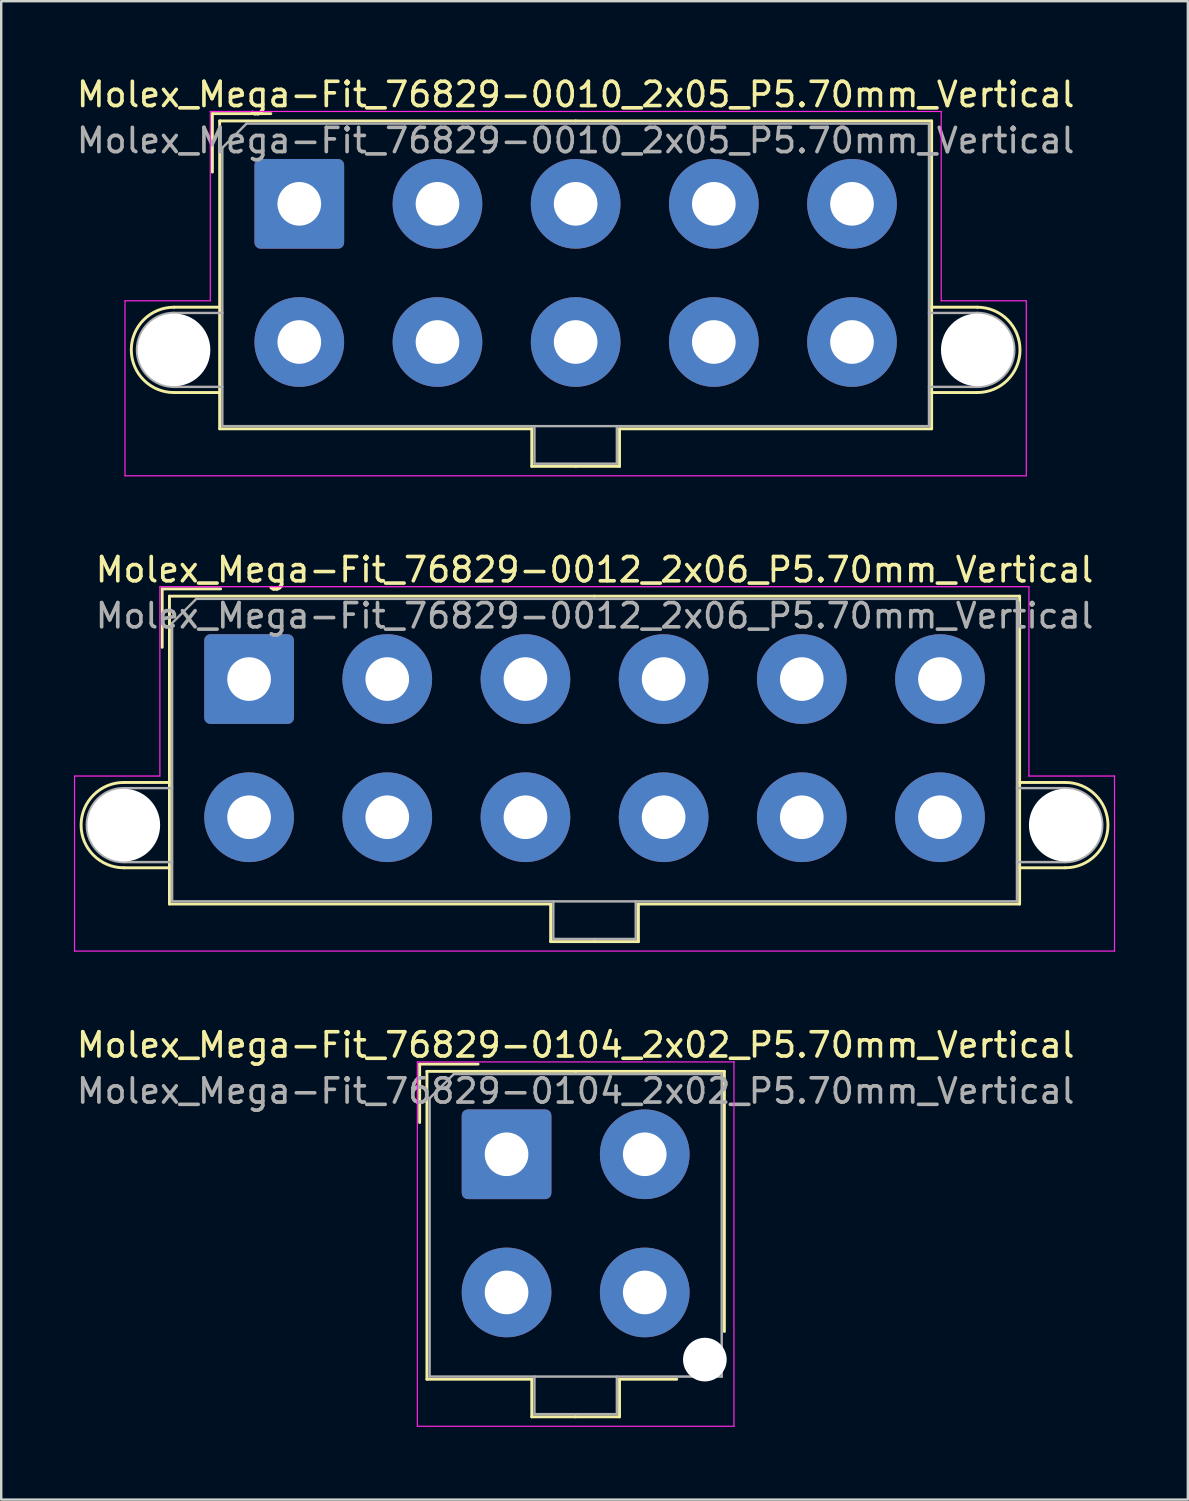
<source format=kicad_pcb>
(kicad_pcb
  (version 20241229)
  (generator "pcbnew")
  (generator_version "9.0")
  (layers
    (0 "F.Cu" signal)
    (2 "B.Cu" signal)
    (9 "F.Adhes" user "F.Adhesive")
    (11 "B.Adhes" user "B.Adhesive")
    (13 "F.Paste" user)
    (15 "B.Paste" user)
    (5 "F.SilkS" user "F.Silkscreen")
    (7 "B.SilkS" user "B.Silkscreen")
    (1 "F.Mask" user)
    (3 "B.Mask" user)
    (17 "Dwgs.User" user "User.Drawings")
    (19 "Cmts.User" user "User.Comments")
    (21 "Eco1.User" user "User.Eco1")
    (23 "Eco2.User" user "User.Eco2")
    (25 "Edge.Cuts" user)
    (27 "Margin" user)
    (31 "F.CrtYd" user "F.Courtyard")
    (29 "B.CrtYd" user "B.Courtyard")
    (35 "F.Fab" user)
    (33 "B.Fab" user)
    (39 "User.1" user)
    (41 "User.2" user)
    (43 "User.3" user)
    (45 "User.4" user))
  (footprint "Molex_Mega-Fit_76829-0010_2x05_P5.70mm_Vertical"
    (layer "F.Cu")
    (at 9.296 5.358)
    (property "Reference" "Molex_Mega-Fit_76829-0010_2x05_P5.70mm_Vertical" (at 11.4 -4.51 0) (layer "F.SilkS") (effects (font (size 1 1) (thickness 0.15))))
    (attr through_hole)
    (fp_line (start -5.17 4.265) (end -3.285 4.265) (stroke (width 0.12) (type solid)) (layer "F.SilkS"))
    (fp_line (start -5.17 7.785) (end -3.285 7.785) (stroke (width 0.12) (type solid)) (layer "F.SilkS"))
    (fp_line (start -3.585 -3.72) (end -1.175 -3.72) (stroke (width 0.12) (type solid)) (layer "F.SilkS"))
    (fp_line (start -3.585 -1.31) (end -3.585 -3.72) (stroke (width 0.12) (type solid)) (layer "F.SilkS"))
    (fp_line (start -3.285 -3.42) (end -3.285 9.28) (stroke (width 0.12) (type solid)) (layer "F.SilkS"))
    (fp_line (start -3.285 9.28) (end 9.59 9.28) (stroke (width 0.12) (type solid)) (layer "F.SilkS"))
    (fp_line (start 9.59 9.28) (end 9.59 10.83) (stroke (width 0.12) (type solid)) (layer "F.SilkS"))
    (fp_line (start 9.59 10.83) (end 11.4 10.83) (stroke (width 0.12) (type solid)) (layer "F.SilkS"))
    (fp_line (start 11.4 -3.42) (end -3.285 -3.42) (stroke (width 0.12) (type solid)) (layer "F.SilkS"))
    (fp_line (start 11.4 -3.42) (end 26.085 -3.42) (stroke (width 0.12) (type solid)) (layer "F.SilkS"))
    (fp_line (start 13.21 9.28) (end 13.21 10.83) (stroke (width 0.12) (type solid)) (layer "F.SilkS"))
    (fp_line (start 13.21 10.83) (end 11.4 10.83) (stroke (width 0.12) (type solid)) (layer "F.SilkS"))
    (fp_line (start 26.085 -3.42) (end 26.085 9.28) (stroke (width 0.12) (type solid)) (layer "F.SilkS"))
    (fp_line (start 26.085 9.28) (end 13.21 9.28) (stroke (width 0.12) (type solid)) (layer "F.SilkS"))
    (fp_line (start 27.97 4.265) (end 26.085 4.265) (stroke (width 0.12) (type solid)) (layer "F.SilkS"))
    (fp_line (start 27.97 7.785) (end 26.085 7.785) (stroke (width 0.12) (type solid)) (layer "F.SilkS"))
    (fp_arc (start -5.17 7.785) (mid -6.93 6.025) (end -5.17 4.265) (stroke (width 0.12) (type solid)) (layer "F.SilkS"))
    (fp_arc (start 27.97 4.265) (mid 29.73 6.025) (end 27.97 7.785) (stroke (width 0.12) (type solid)) (layer "F.SilkS"))
    (fp_line (start -7.19 4) (end -7.19 11.22) (stroke (width 0.05) (type solid)) (layer "F.CrtYd"))
    (fp_line (start -7.19 11.22) (end 29.99 11.22) (stroke (width 0.05) (type solid)) (layer "F.CrtYd"))
    (fp_line (start -3.67 -3.81) (end -3.67 4) (stroke (width 0.05) (type solid)) (layer "F.CrtYd"))
    (fp_line (start -3.67 4) (end -7.19 4) (stroke (width 0.05) (type solid)) (layer "F.CrtYd"))
    (fp_line (start 26.48 -3.81) (end -3.67 -3.81) (stroke (width 0.05) (type solid)) (layer "F.CrtYd"))
    (fp_line (start 26.48 4) (end 26.48 -3.81) (stroke (width 0.05) (type solid)) (layer "F.CrtYd"))
    (fp_line (start 29.99 4) (end 26.48 4) (stroke (width 0.05) (type solid)) (layer "F.CrtYd"))
    (fp_line (start 29.99 11.22) (end 29.99 4) (stroke (width 0.05) (type solid)) (layer "F.CrtYd"))
    (fp_line (start -5.17 4.5) (end -3.175 4.5) (stroke (width 0.1) (type solid)) (layer "F.Fab"))
    (fp_line (start -5.17 7.55) (end -3.175 7.55) (stroke (width 0.1) (type solid)) (layer "F.Fab"))
    (fp_line (start -3.175 -2.31) (end -3.175 9.17) (stroke (width 0.1) (type solid)) (layer "F.Fab"))
    (fp_line (start -3.175 9.17) (end 25.975 9.17) (stroke (width 0.1) (type solid)) (layer "F.Fab"))
    (fp_line (start -2.175 -3.31) (end -3.175 -2.31) (stroke (width 0.1) (type solid)) (layer "F.Fab"))
    (fp_line (start 9.7 9.17) (end 9.7 10.72) (stroke (width 0.1) (type solid)) (layer "F.Fab"))
    (fp_line (start 9.7 10.72) (end 13.1 10.72) (stroke (width 0.1) (type solid)) (layer "F.Fab"))
    (fp_line (start 13.1 10.72) (end 13.1 9.17) (stroke (width 0.1) (type solid)) (layer "F.Fab"))
    (fp_line (start 25.975 -3.31) (end -2.175 -3.31) (stroke (width 0.1) (type solid)) (layer "F.Fab"))
    (fp_line (start 25.975 9.17) (end 25.975 -3.31) (stroke (width 0.1) (type solid)) (layer "F.Fab"))
    (fp_line (start 27.97 4.5) (end 25.975 4.5) (stroke (width 0.1) (type solid)) (layer "F.Fab"))
    (fp_line (start 27.97 7.55) (end 25.975 7.55) (stroke (width 0.1) (type solid)) (layer "F.Fab"))
    (fp_arc (start -5.17 7.55) (mid -6.695 6.025) (end -5.17 4.5) (stroke (width 0.1) (type solid)) (layer "F.Fab"))
    (fp_arc (start 27.97 4.5) (mid 29.495 6.025) (end 27.97 7.55) (stroke (width 0.1) (type solid)) (layer "F.Fab"))
    (fp_text user "${REFERENCE}" (at 11.4 -2.61 0) (layer "F.Fab") (effects (font (size 1 1) (thickness 0.15))))
    (pad "" np_thru_hole circle (at -5.17 6.025) (size 3 3) (drill 3) (layers "*.Cu" "*.Mask"))
    (pad "" np_thru_hole circle (at 27.97 6.025) (size 3 3) (drill 3) (layers "*.Cu" "*.Mask"))
    (pad "1" thru_hole roundrect (at 0 0) (size 3.7 3.7) (drill 1.8) (layers "*.Cu" "*.Mask") (roundrect_rratio 0.068))
    (pad "2" thru_hole circle (at 5.7 0) (size 3.7 3.7) (drill 1.8) (layers "*.Cu" "*.Mask"))
    (pad "3" thru_hole circle (at 11.4 0) (size 3.7 3.7) (drill 1.8) (layers "*.Cu" "*.Mask"))
    (pad "4" thru_hole circle (at 17.1 0) (size 3.7 3.7) (drill 1.8) (layers "*.Cu" "*.Mask"))
    (pad "5" thru_hole circle (at 22.8 0) (size 3.7 3.7) (drill 1.8) (layers "*.Cu" "*.Mask"))
    (pad "6" thru_hole circle (at 0 5.7) (size 3.7 3.7) (drill 1.8) (layers "*.Cu" "*.Mask"))
    (pad "7" thru_hole circle (at 5.7 5.7) (size 3.7 3.7) (drill 1.8) (layers "*.Cu" "*.Mask"))
    (pad "8" thru_hole circle (at 11.4 5.7) (size 3.7 3.7) (drill 1.8) (layers "*.Cu" "*.Mask"))
    (pad "9" thru_hole circle (at 17.1 5.7) (size 3.7 3.7) (drill 1.8) (layers "*.Cu" "*.Mask"))
    (pad "10" thru_hole circle (at 22.8 5.7) (size 3.7 3.7) (drill 1.8) (layers "*.Cu" "*.Mask")))
  (footprint "Molex_Mega-Fit_76829-0104_2x02_P5.70mm_Vertical"
    (layer "F.Cu")
    (at 17.846 44.565)
    (property "Reference" "Molex_Mega-Fit_76829-0104_2x02_P5.70mm_Vertical" (at 2.85 -4.51 0) (layer "F.SilkS") (effects (font (size 1 1) (thickness 0.15))))
    (attr through_hole)
    (fp_line (start -3.585 -3.72) (end -1.175 -3.72) (stroke (width 0.12) (type solid)) (layer "F.SilkS"))
    (fp_line (start -3.585 -1.31) (end -3.585 -3.72) (stroke (width 0.12) (type solid)) (layer "F.SilkS"))
    (fp_line (start -3.285 -3.42) (end -3.285 9.28) (stroke (width 0.12) (type solid)) (layer "F.SilkS"))
    (fp_line (start -3.285 9.28) (end 1.04 9.28) (stroke (width 0.12) (type solid)) (layer "F.SilkS"))
    (fp_line (start 1.04 9.28) (end 1.04 10.83) (stroke (width 0.12) (type solid)) (layer "F.SilkS"))
    (fp_line (start 1.04 10.83) (end 2.85 10.83) (stroke (width 0.12) (type solid)) (layer "F.SilkS"))
    (fp_line (start 2.85 -3.42) (end -3.285 -3.42) (stroke (width 0.12) (type solid)) (layer "F.SilkS"))
    (fp_line (start 2.85 -3.42) (end 8.985 -3.42) (stroke (width 0.12) (type solid)) (layer "F.SilkS"))
    (fp_line (start 4.66 9.28) (end 4.66 10.83) (stroke (width 0.12) (type solid)) (layer "F.SilkS"))
    (fp_line (start 4.66 10.83) (end 2.85 10.83) (stroke (width 0.12) (type solid)) (layer "F.SilkS"))
    (fp_line (start 7.02 9.28) (end 4.66 9.28) (stroke (width 0.12) (type solid)) (layer "F.SilkS"))
    (fp_line (start 8.985 -3.42) (end 8.985 7.31) (stroke (width 0.12) (type solid)) (layer "F.SilkS"))
    (fp_line (start -3.68 -3.81) (end -3.68 11.22) (stroke (width 0.05) (type solid)) (layer "F.CrtYd"))
    (fp_line (start -3.68 11.22) (end 9.38 11.22) (stroke (width 0.05) (type solid)) (layer "F.CrtYd"))
    (fp_line (start 9.38 -3.81) (end -3.68 -3.81) (stroke (width 0.05) (type solid)) (layer "F.CrtYd"))
    (fp_line (start 9.38 11.22) (end 9.38 -3.81) (stroke (width 0.05) (type solid)) (layer "F.CrtYd"))
    (fp_line (start -3.175 -2.31) (end -3.175 9.17) (stroke (width 0.1) (type solid)) (layer "F.Fab"))
    (fp_line (start -3.175 9.17) (end 8.875 9.17) (stroke (width 0.1) (type solid)) (layer "F.Fab"))
    (fp_line (start -2.175 -3.31) (end -3.175 -2.31) (stroke (width 0.1) (type solid)) (layer "F.Fab"))
    (fp_line (start 1.15 9.17) (end 1.15 10.72) (stroke (width 0.1) (type solid)) (layer "F.Fab"))
    (fp_line (start 1.15 10.72) (end 4.55 10.72) (stroke (width 0.1) (type solid)) (layer "F.Fab"))
    (fp_line (start 4.55 10.72) (end 4.55 9.17) (stroke (width 0.1) (type solid)) (layer "F.Fab"))
    (fp_line (start 8.875 -3.31) (end -2.175 -3.31) (stroke (width 0.1) (type solid)) (layer "F.Fab"))
    (fp_line (start 8.875 9.17) (end 8.875 -3.31) (stroke (width 0.1) (type solid)) (layer "F.Fab"))
    (fp_text user "${REFERENCE}" (at 2.85 -2.61 0) (layer "F.Fab") (effects (font (size 1 1) (thickness 0.15))))
    (pad "" np_thru_hole circle (at 8.18 8.47) (size 1.8 1.8) (drill 1.8) (layers "*.Cu" "*.Mask"))
    (pad "1" thru_hole roundrect (at 0 0) (size 3.7 3.7) (drill 1.8) (layers "*.Cu" "*.Mask") (roundrect_rratio 0.068))
    (pad "2" thru_hole circle (at 5.7 0) (size 3.7 3.7) (drill 1.8) (layers "*.Cu" "*.Mask"))
    (pad "3" thru_hole circle (at 0 5.7) (size 3.7 3.7) (drill 1.8) (layers "*.Cu" "*.Mask"))
    (pad "4" thru_hole circle (at 5.7 5.7) (size 3.7 3.7) (drill 1.8) (layers "*.Cu" "*.Mask")))
  (footprint "Molex_Mega-Fit_76829-0012_2x06_P5.70mm_Vertical"
    (layer "F.Cu")
    (at 7.225 24.962)
    (property "Reference" "Molex_Mega-Fit_76829-0012_2x06_P5.70mm_Vertical" (at 14.25 -4.51 0) (layer "F.SilkS") (effects (font (size 1 1) (thickness 0.15))))
    (attr through_hole)
    (fp_line (start -5.17 4.265) (end -3.285 4.265) (stroke (width 0.12) (type solid)) (layer "F.SilkS"))
    (fp_line (start -5.17 7.785) (end -3.285 7.785) (stroke (width 0.12) (type solid)) (layer "F.SilkS"))
    (fp_line (start -3.585 -3.72) (end -1.175 -3.72) (stroke (width 0.12) (type solid)) (layer "F.SilkS"))
    (fp_line (start -3.585 -1.31) (end -3.585 -3.72) (stroke (width 0.12) (type solid)) (layer "F.SilkS"))
    (fp_line (start -3.285 -3.42) (end -3.285 9.28) (stroke (width 0.12) (type solid)) (layer "F.SilkS"))
    (fp_line (start -3.285 9.28) (end 12.44 9.28) (stroke (width 0.12) (type solid)) (layer "F.SilkS"))
    (fp_line (start 12.44 9.28) (end 12.44 10.83) (stroke (width 0.12) (type solid)) (layer "F.SilkS"))
    (fp_line (start 12.44 10.83) (end 14.25 10.83) (stroke (width 0.12) (type solid)) (layer "F.SilkS"))
    (fp_line (start 14.25 -3.42) (end -3.285 -3.42) (stroke (width 0.12) (type solid)) (layer "F.SilkS"))
    (fp_line (start 14.25 -3.42) (end 31.785 -3.42) (stroke (width 0.12) (type solid)) (layer "F.SilkS"))
    (fp_line (start 16.06 9.28) (end 16.06 10.83) (stroke (width 0.12) (type solid)) (layer "F.SilkS"))
    (fp_line (start 16.06 10.83) (end 14.25 10.83) (stroke (width 0.12) (type solid)) (layer "F.SilkS"))
    (fp_line (start 31.785 -3.42) (end 31.785 9.28) (stroke (width 0.12) (type solid)) (layer "F.SilkS"))
    (fp_line (start 31.785 9.28) (end 16.06 9.28) (stroke (width 0.12) (type solid)) (layer "F.SilkS"))
    (fp_line (start 33.67 4.265) (end 31.785 4.265) (stroke (width 0.12) (type solid)) (layer "F.SilkS"))
    (fp_line (start 33.67 7.785) (end 31.785 7.785) (stroke (width 0.12) (type solid)) (layer "F.SilkS"))
    (fp_arc (start -5.17 7.785) (mid -6.93 6.025) (end -5.17 4.265) (stroke (width 0.12) (type solid)) (layer "F.SilkS"))
    (fp_arc (start 33.67 4.265) (mid 35.43 6.025) (end 33.67 7.785) (stroke (width 0.12) (type solid)) (layer "F.SilkS"))
    (fp_line (start -7.2 4) (end -7.2 11.22) (stroke (width 0.05) (type solid)) (layer "F.CrtYd"))
    (fp_line (start -7.2 11.22) (end 35.7 11.22) (stroke (width 0.05) (type solid)) (layer "F.CrtYd"))
    (fp_line (start -3.68 -3.81) (end -3.68 4) (stroke (width 0.05) (type solid)) (layer "F.CrtYd"))
    (fp_line (start -3.68 4) (end -7.2 4) (stroke (width 0.05) (type solid)) (layer "F.CrtYd"))
    (fp_line (start 32.17 -3.81) (end -3.68 -3.81) (stroke (width 0.05) (type solid)) (layer "F.CrtYd"))
    (fp_line (start 32.17 4) (end 32.17 -3.81) (stroke (width 0.05) (type solid)) (layer "F.CrtYd"))
    (fp_line (start 35.7 4) (end 32.17 4) (stroke (width 0.05) (type solid)) (layer "F.CrtYd"))
    (fp_line (start 35.7 11.22) (end 35.7 4) (stroke (width 0.05) (type solid)) (layer "F.CrtYd"))
    (fp_line (start -5.17 4.5) (end -3.175 4.5) (stroke (width 0.1) (type solid)) (layer "F.Fab"))
    (fp_line (start -5.17 7.55) (end -3.175 7.55) (stroke (width 0.1) (type solid)) (layer "F.Fab"))
    (fp_line (start -3.175 -2.31) (end -3.175 9.17) (stroke (width 0.1) (type solid)) (layer "F.Fab"))
    (fp_line (start -3.175 9.17) (end 31.675 9.17) (stroke (width 0.1) (type solid)) (layer "F.Fab"))
    (fp_line (start -2.175 -3.31) (end -3.175 -2.31) (stroke (width 0.1) (type solid)) (layer "F.Fab"))
    (fp_line (start 12.55 9.17) (end 12.55 10.72) (stroke (width 0.1) (type solid)) (layer "F.Fab"))
    (fp_line (start 12.55 10.72) (end 15.95 10.72) (stroke (width 0.1) (type solid)) (layer "F.Fab"))
    (fp_line (start 15.95 10.72) (end 15.95 9.17) (stroke (width 0.1) (type solid)) (layer "F.Fab"))
    (fp_line (start 31.675 -3.31) (end -2.175 -3.31) (stroke (width 0.1) (type solid)) (layer "F.Fab"))
    (fp_line (start 31.675 9.17) (end 31.675 -3.31) (stroke (width 0.1) (type solid)) (layer "F.Fab"))
    (fp_line (start 33.67 4.5) (end 31.675 4.5) (stroke (width 0.1) (type solid)) (layer "F.Fab"))
    (fp_line (start 33.67 7.55) (end 31.675 7.55) (stroke (width 0.1) (type solid)) (layer "F.Fab"))
    (fp_arc (start -5.17 7.55) (mid -6.695 6.025) (end -5.17 4.5) (stroke (width 0.1) (type solid)) (layer "F.Fab"))
    (fp_arc (start 33.67 4.5) (mid 35.195 6.025) (end 33.67 7.55) (stroke (width 0.1) (type solid)) (layer "F.Fab"))
    (fp_text user "${REFERENCE}" (at 14.25 -2.61 0) (layer "F.Fab") (effects (font (size 1 1) (thickness 0.15))))
    (pad "" np_thru_hole circle (at -5.17 6.025) (size 3 3) (drill 3) (layers "*.Cu" "*.Mask"))
    (pad "" np_thru_hole circle (at 33.67 6.025) (size 3 3) (drill 3) (layers "*.Cu" "*.Mask"))
    (pad "1" thru_hole roundrect (at 0 0) (size 3.7 3.7) (drill 1.8) (layers "*.Cu" "*.Mask") (roundrect_rratio 0.068))
    (pad "2" thru_hole circle (at 5.7 0) (size 3.7 3.7) (drill 1.8) (layers "*.Cu" "*.Mask"))
    (pad "3" thru_hole circle (at 11.4 0) (size 3.7 3.7) (drill 1.8) (layers "*.Cu" "*.Mask"))
    (pad "4" thru_hole circle (at 17.1 0) (size 3.7 3.7) (drill 1.8) (layers "*.Cu" "*.Mask"))
    (pad "5" thru_hole circle (at 22.8 0) (size 3.7 3.7) (drill 1.8) (layers "*.Cu" "*.Mask"))
    (pad "6" thru_hole circle (at 28.5 0) (size 3.7 3.7) (drill 1.8) (layers "*.Cu" "*.Mask"))
    (pad "7" thru_hole circle (at 0 5.7) (size 3.7 3.7) (drill 1.8) (layers "*.Cu" "*.Mask"))
    (pad "8" thru_hole circle (at 5.7 5.7) (size 3.7 3.7) (drill 1.8) (layers "*.Cu" "*.Mask"))
    (pad "9" thru_hole circle (at 11.4 5.7) (size 3.7 3.7) (drill 1.8) (layers "*.Cu" "*.Mask"))
    (pad "10" thru_hole circle (at 17.1 5.7) (size 3.7 3.7) (drill 1.8) (layers "*.Cu" "*.Mask"))
    (pad "11" thru_hole circle (at 22.8 5.7) (size 3.7 3.7) (drill 1.8) (layers "*.Cu" "*.Mask"))
    (pad "12" thru_hole circle (at 28.5 5.7) (size 3.7 3.7) (drill 1.8) (layers "*.Cu" "*.Mask")))
  (gr_rect
    (start -3 -3)
    (end 45.95 58.81)
    (stroke (width 0.1) (type default))
    (fill no)
    (layer "Edge.Cuts")))
</source>
